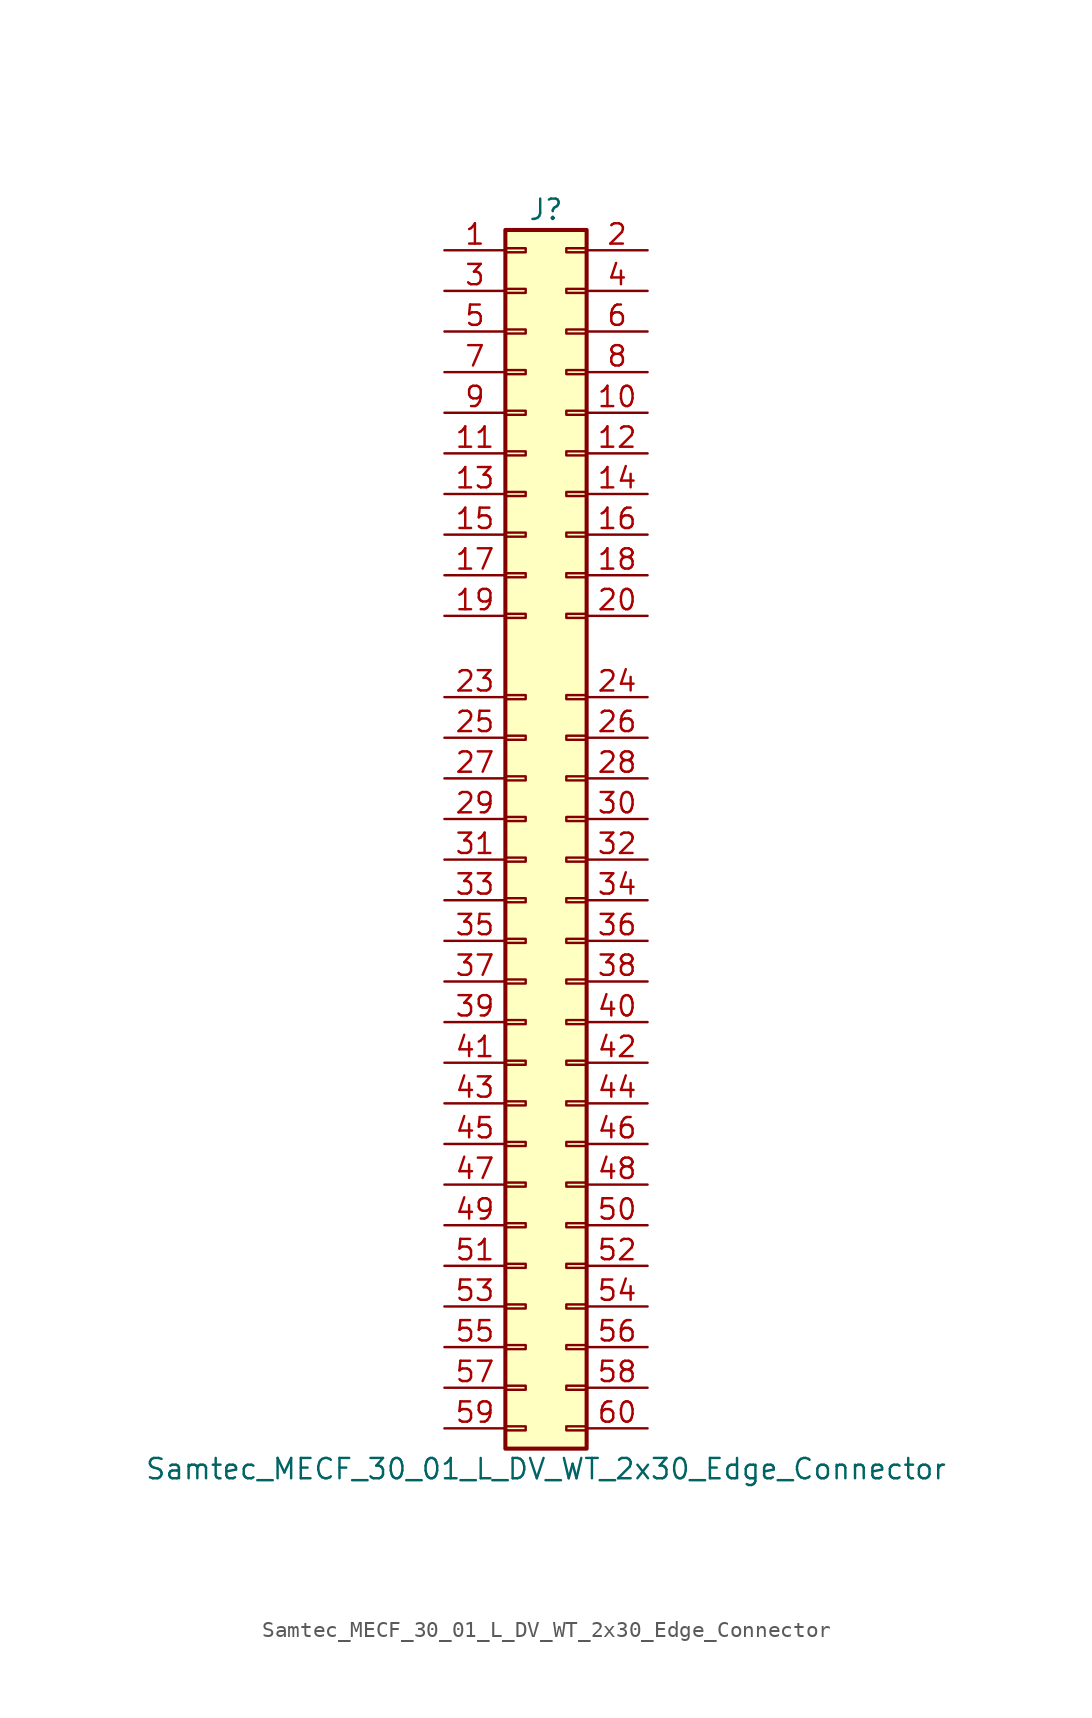
<source format=kicad_sym>
(kicad_symbol_lib
  (version 20211014)
  (generator kicad_symbol_editor)
  (symbol "Samtec_MECF_30_01_L_DV_WT_2x30_Edge_Connector"
    (pin_names
      (offset 1.016) hide)
    (property "Reference" "J"
      (at 1.27 38.1 0)
      (effects (font (size 1.27 1.27))))
    (property "Value" "Samtec_MECF_30_01_L_DV_WT_2x30_Edge_Connector"
      (at 1.27 -40.64 0)
      (effects (font (size 1.27 1.27))))
    (symbol "Samtec_MECF_30_01_L_DV_WT_2x30_Edge_Connector_1_1"
      (rectangle (start -1.27 -37.973) (end 0 -38.227) (stroke (width 0.152) (type default) (color 0 0 0 0)) (fill (type none)))
      (rectangle (start -1.27 -35.433) (end 0 -35.687) (stroke (width 0.152) (type default) (color 0 0 0 0)) (fill (type none)))
      (rectangle (start -1.27 -32.893) (end 0 -33.147) (stroke (width 0.152) (type default) (color 0 0 0 0)) (fill (type none)))
      (rectangle (start -1.27 -30.353) (end 0 -30.607) (stroke (width 0.152) (type default) (color 0 0 0 0)) (fill (type none)))
      (rectangle (start -1.27 -27.813) (end 0 -28.067) (stroke (width 0.152) (type default) (color 0 0 0 0)) (fill (type none)))
      (rectangle (start -1.27 -25.273) (end 0 -25.527) (stroke (width 0.152) (type default) (color 0 0 0 0)) (fill (type none)))
      (rectangle (start -1.27 -22.733) (end 0 -22.987) (stroke (width 0.152) (type default) (color 0 0 0 0)) (fill (type none)))
      (rectangle (start -1.27 -20.193) (end 0 -20.447) (stroke (width 0.152) (type default) (color 0 0 0 0)) (fill (type none)))
      (rectangle (start -1.27 -17.653) (end 0 -17.907) (stroke (width 0.152) (type default) (color 0 0 0 0)) (fill (type none)))
      (rectangle (start -1.27 -15.113) (end 0 -15.367) (stroke (width 0.152) (type default) (color 0 0 0 0)) (fill (type none)))
      (rectangle (start -1.27 -12.573) (end 0 -12.827) (stroke (width 0.152) (type default) (color 0 0 0 0)) (fill (type none)))
      (rectangle (start -1.27 -10.033) (end 0 -10.287) (stroke (width 0.152) (type default) (color 0 0 0 0)) (fill (type none)))
      (rectangle (start -1.27 -7.493) (end 0 -7.747) (stroke (width 0.152) (type default) (color 0 0 0 0)) (fill (type none)))
      (rectangle (start -1.27 -4.953) (end 0 -5.207) (stroke (width 0.152) (type default) (color 0 0 0 0)) (fill (type none)))
      (rectangle (start -1.27 -2.413) (end 0 -2.667) (stroke (width 0.152) (type default) (color 0 0 0 0)) (fill (type none)))
      (rectangle (start -1.27 0.127) (end 0 -0.127) (stroke (width 0.152) (type default) (color 0 0 0 0)) (fill (type none)))
      (rectangle (start -1.27 2.667) (end 0 2.413) (stroke (width 0.152) (type default) (color 0 0 0 0)) (fill (type none)))
      (rectangle (start -1.27 5.207) (end 0 4.953) (stroke (width 0.152) (type default) (color 0 0 0 0)) (fill (type none)))
      (rectangle (start -1.27 7.747) (end 0 7.493) (stroke (width 0.152) (type default) (color 0 0 0 0)) (fill (type none)))
      (rectangle (start -1.27 12.827) (end 0 12.573) (stroke (width 0.152) (type default) (color 0 0 0 0)) (fill (type none)))
      (rectangle (start -1.27 15.367) (end 0 15.113) (stroke (width 0.152) (type default) (color 0 0 0 0)) (fill (type none)))
      (rectangle (start -1.27 17.907) (end 0 17.653) (stroke (width 0.152) (type default) (color 0 0 0 0)) (fill (type none)))
      (rectangle (start -1.27 20.447) (end 0 20.193) (stroke (width 0.152) (type default) (color 0 0 0 0)) (fill (type none)))
      (rectangle (start -1.27 22.987) (end 0 22.733) (stroke (width 0.152) (type default) (color 0 0 0 0)) (fill (type none)))
      (rectangle (start -1.27 25.527) (end 0 25.273) (stroke (width 0.152) (type default) (color 0 0 0 0)) (fill (type none)))
      (rectangle (start -1.27 28.067) (end 0 27.813) (stroke (width 0.152) (type default) (color 0 0 0 0)) (fill (type none)))
      (rectangle (start -1.27 30.607) (end 0 30.353) (stroke (width 0.152) (type default) (color 0 0 0 0)) (fill (type none)))
      (rectangle (start -1.27 33.147) (end 0 32.893) (stroke (width 0.152) (type default) (color 0 0 0 0)) (fill (type none)))
      (rectangle (start -1.27 35.687) (end 0 35.433) (stroke (width 0.152) (type default) (color 0 0 0 0)) (fill (type none)))
      (rectangle (start -1.27 36.83) (end 3.81 -39.37) (stroke (width 0.254) (type default) (color 0 0 0 0)) (fill (type background)))
      (rectangle (start 3.81 -37.973) (end 2.54 -38.227) (stroke (width 0.152) (type default) (color 0 0 0 0)) (fill (type none)))
      (rectangle (start 3.81 -35.433) (end 2.54 -35.687) (stroke (width 0.152) (type default) (color 0 0 0 0)) (fill (type none)))
      (rectangle (start 3.81 -32.893) (end 2.54 -33.147) (stroke (width 0.152) (type default) (color 0 0 0 0)) (fill (type none)))
      (rectangle (start 3.81 -30.353) (end 2.54 -30.607) (stroke (width 0.152) (type default) (color 0 0 0 0)) (fill (type none)))
      (rectangle (start 3.81 -27.813) (end 2.54 -28.067) (stroke (width 0.152) (type default) (color 0 0 0 0)) (fill (type none)))
      (rectangle (start 3.81 -25.273) (end 2.54 -25.527) (stroke (width 0.152) (type default) (color 0 0 0 0)) (fill (type none)))
      (rectangle (start 3.81 -22.733) (end 2.54 -22.987) (stroke (width 0.152) (type default) (color 0 0 0 0)) (fill (type none)))
      (rectangle (start 3.81 -20.193) (end 2.54 -20.447) (stroke (width 0.152) (type default) (color 0 0 0 0)) (fill (type none)))
      (rectangle (start 3.81 -17.653) (end 2.54 -17.907) (stroke (width 0.152) (type default) (color 0 0 0 0)) (fill (type none)))
      (rectangle (start 3.81 -15.113) (end 2.54 -15.367) (stroke (width 0.152) (type default) (color 0 0 0 0)) (fill (type none)))
      (rectangle (start 3.81 -12.573) (end 2.54 -12.827) (stroke (width 0.152) (type default) (color 0 0 0 0)) (fill (type none)))
      (rectangle (start 3.81 -10.033) (end 2.54 -10.287) (stroke (width 0.152) (type default) (color 0 0 0 0)) (fill (type none)))
      (rectangle (start 3.81 -7.493) (end 2.54 -7.747) (stroke (width 0.152) (type default) (color 0 0 0 0)) (fill (type none)))
      (rectangle (start 3.81 -4.953) (end 2.54 -5.207) (stroke (width 0.152) (type default) (color 0 0 0 0)) (fill (type none)))
      (rectangle (start 3.81 -2.413) (end 2.54 -2.667) (stroke (width 0.152) (type default) (color 0 0 0 0)) (fill (type none)))
      (rectangle (start 3.81 0.127) (end 2.54 -0.127) (stroke (width 0.152) (type default) (color 0 0 0 0)) (fill (type none)))
      (rectangle (start 3.81 2.667) (end 2.54 2.413) (stroke (width 0.152) (type default) (color 0 0 0 0)) (fill (type none)))
      (rectangle (start 3.81 5.207) (end 2.54 4.953) (stroke (width 0.152) (type default) (color 0 0 0 0)) (fill (type none)))
      (rectangle (start 3.81 7.747) (end 2.54 7.493) (stroke (width 0.152) (type default) (color 0 0 0 0)) (fill (type none)))
      (rectangle (start 3.81 12.827) (end 2.54 12.573) (stroke (width 0.152) (type default) (color 0 0 0 0)) (fill (type none)))
      (rectangle (start 3.81 15.367) (end 2.54 15.113) (stroke (width 0.152) (type default) (color 0 0 0 0)) (fill (type none)))
      (rectangle (start 3.81 17.907) (end 2.54 17.653) (stroke (width 0.152) (type default) (color 0 0 0 0)) (fill (type none)))
      (rectangle (start 3.81 20.447) (end 2.54 20.193) (stroke (width 0.152) (type default) (color 0 0 0 0)) (fill (type none)))
      (rectangle (start 3.81 22.987) (end 2.54 22.733) (stroke (width 0.152) (type default) (color 0 0 0 0)) (fill (type none)))
      (rectangle (start 3.81 25.527) (end 2.54 25.273) (stroke (width 0.152) (type default) (color 0 0 0 0)) (fill (type none)))
      (rectangle (start 3.81 28.067) (end 2.54 27.813) (stroke (width 0.152) (type default) (color 0 0 0 0)) (fill (type none)))
      (rectangle (start 3.81 30.607) (end 2.54 30.353) (stroke (width 0.152) (type default) (color 0 0 0 0)) (fill (type none)))
      (rectangle (start 3.81 33.147) (end 2.54 32.893) (stroke (width 0.152) (type default) (color 0 0 0 0)) (fill (type none)))
      (rectangle (start 3.81 35.687) (end 2.54 35.433) (stroke (width 0.152) (type default) (color 0 0 0 0)) (fill (type none)))
      (pin passive line (at -5.08 35.56 0) (length 3.81) (name "Pin_1" (effects (font (size 1.27 1.27)))) (number "1" (effects (font (size 1.27 1.27)))))
      (pin passive line (at 7.62 25.4 180) (length 3.81) (name "Pin_10" (effects (font (size 1.27 1.27)))) (number "10" (effects (font (size 1.27 1.27)))))
      (pin passive line (at -5.08 22.86 0) (length 3.81) (name "Pin_11" (effects (font (size 1.27 1.27)))) (number "11" (effects (font (size 1.27 1.27)))))
      (pin passive line (at 7.62 22.86 180) (length 3.81) (name "Pin_12" (effects (font (size 1.27 1.27)))) (number "12" (effects (font (size 1.27 1.27)))))
      (pin passive line (at -5.08 20.32 0) (length 3.81) (name "Pin_13" (effects (font (size 1.27 1.27)))) (number "13" (effects (font (size 1.27 1.27)))))
      (pin passive line (at 7.62 20.32 180) (length 3.81) (name "Pin_14" (effects (font (size 1.27 1.27)))) (number "14" (effects (font (size 1.27 1.27)))))
      (pin passive line (at -5.08 17.78 0) (length 3.81) (name "Pin_15" (effects (font (size 1.27 1.27)))) (number "15" (effects (font (size 1.27 1.27)))))
      (pin passive line (at 7.62 17.78 180) (length 3.81) (name "Pin_16" (effects (font (size 1.27 1.27)))) (number "16" (effects (font (size 1.27 1.27)))))
      (pin passive line (at -5.08 15.24 0) (length 3.81) (name "Pin_17" (effects (font (size 1.27 1.27)))) (number "17" (effects (font (size 1.27 1.27)))))
      (pin passive line (at 7.62 15.24 180) (length 3.81) (name "Pin_18" (effects (font (size 1.27 1.27)))) (number "18" (effects (font (size 1.27 1.27)))))
      (pin passive line (at -5.08 12.7 0) (length 3.81) (name "Pin_19" (effects (font (size 1.27 1.27)))) (number "19" (effects (font (size 1.27 1.27)))))
      (pin passive line (at 7.62 35.56 180) (length 3.81) (name "Pin_2" (effects (font (size 1.27 1.27)))) (number "2" (effects (font (size 1.27 1.27)))))
      (pin passive line (at 7.62 12.7 180) (length 3.81) (name "Pin_20" (effects (font (size 1.27 1.27)))) (number "20" (effects (font (size 1.27 1.27)))))
      (pin passive line (at -5.08 7.62 0) (length 3.81) (name "Pin_23" (effects (font (size 1.27 1.27)))) (number "23" (effects (font (size 1.27 1.27)))))
      (pin passive line (at 7.62 7.62 180) (length 3.81) (name "Pin_24" (effects (font (size 1.27 1.27)))) (number "24" (effects (font (size 1.27 1.27)))))
      (pin passive line (at -5.08 5.08 0) (length 3.81) (name "Pin_25" (effects (font (size 1.27 1.27)))) (number "25" (effects (font (size 1.27 1.27)))))
      (pin passive line (at 7.62 5.08 180) (length 3.81) (name "Pin_26" (effects (font (size 1.27 1.27)))) (number "26" (effects (font (size 1.27 1.27)))))
      (pin passive line (at -5.08 2.54 0) (length 3.81) (name "Pin_27" (effects (font (size 1.27 1.27)))) (number "27" (effects (font (size 1.27 1.27)))))
      (pin passive line (at 7.62 2.54 180) (length 3.81) (name "Pin_28" (effects (font (size 1.27 1.27)))) (number "28" (effects (font (size 1.27 1.27)))))
      (pin passive line (at -5.08 0 0) (length 3.81) (name "Pin_29" (effects (font (size 1.27 1.27)))) (number "29" (effects (font (size 1.27 1.27)))))
      (pin passive line (at -5.08 33.02 0) (length 3.81) (name "Pin_3" (effects (font (size 1.27 1.27)))) (number "3" (effects (font (size 1.27 1.27)))))
      (pin passive line (at 7.62 0 180) (length 3.81) (name "Pin_30" (effects (font (size 1.27 1.27)))) (number "30" (effects (font (size 1.27 1.27)))))
      (pin passive line (at -5.08 -2.54 0) (length 3.81) (name "Pin_31" (effects (font (size 1.27 1.27)))) (number "31" (effects (font (size 1.27 1.27)))))
      (pin passive line (at 7.62 -2.54 180) (length 3.81) (name "Pin_32" (effects (font (size 1.27 1.27)))) (number "32" (effects (font (size 1.27 1.27)))))
      (pin passive line (at -5.08 -5.08 0) (length 3.81) (name "Pin_33" (effects (font (size 1.27 1.27)))) (number "33" (effects (font (size 1.27 1.27)))))
      (pin passive line (at 7.62 -5.08 180) (length 3.81) (name "Pin_34" (effects (font (size 1.27 1.27)))) (number "34" (effects (font (size 1.27 1.27)))))
      (pin passive line (at -5.08 -7.62 0) (length 3.81) (name "Pin_35" (effects (font (size 1.27 1.27)))) (number "35" (effects (font (size 1.27 1.27)))))
      (pin passive line (at 7.62 -7.62 180) (length 3.81) (name "Pin_36" (effects (font (size 1.27 1.27)))) (number "36" (effects (font (size 1.27 1.27)))))
      (pin passive line (at -5.08 -10.16 0) (length 3.81) (name "Pin_37" (effects (font (size 1.27 1.27)))) (number "37" (effects (font (size 1.27 1.27)))))
      (pin passive line (at 7.62 -10.16 180) (length 3.81) (name "Pin_38" (effects (font (size 1.27 1.27)))) (number "38" (effects (font (size 1.27 1.27)))))
      (pin passive line (at -5.08 -12.7 0) (length 3.81) (name "Pin_39" (effects (font (size 1.27 1.27)))) (number "39" (effects (font (size 1.27 1.27)))))
      (pin passive line (at 7.62 33.02 180) (length 3.81) (name "Pin_4" (effects (font (size 1.27 1.27)))) (number "4" (effects (font (size 1.27 1.27)))))
      (pin passive line (at 7.62 -12.7 180) (length 3.81) (name "Pin_40" (effects (font (size 1.27 1.27)))) (number "40" (effects (font (size 1.27 1.27)))))
      (pin passive line (at -5.08 -15.24 0) (length 3.81) (name "Pin_41" (effects (font (size 1.27 1.27)))) (number "41" (effects (font (size 1.27 1.27)))))
      (pin passive line (at 7.62 -15.24 180) (length 3.81) (name "Pin_42" (effects (font (size 1.27 1.27)))) (number "42" (effects (font (size 1.27 1.27)))))
      (pin passive line (at -5.08 -17.78 0) (length 3.81) (name "Pin_43" (effects (font (size 1.27 1.27)))) (number "43" (effects (font (size 1.27 1.27)))))
      (pin passive line (at 7.62 -17.78 180) (length 3.81) (name "Pin_44" (effects (font (size 1.27 1.27)))) (number "44" (effects (font (size 1.27 1.27)))))
      (pin passive line (at -5.08 -20.32 0) (length 3.81) (name "Pin_45" (effects (font (size 1.27 1.27)))) (number "45" (effects (font (size 1.27 1.27)))))
      (pin passive line (at 7.62 -20.32 180) (length 3.81) (name "Pin_46" (effects (font (size 1.27 1.27)))) (number "46" (effects (font (size 1.27 1.27)))))
      (pin passive line (at -5.08 -22.86 0) (length 3.81) (name "Pin_47" (effects (font (size 1.27 1.27)))) (number "47" (effects (font (size 1.27 1.27)))))
      (pin passive line (at 7.62 -22.86 180) (length 3.81) (name "Pin_48" (effects (font (size 1.27 1.27)))) (number "48" (effects (font (size 1.27 1.27)))))
      (pin passive line (at -5.08 -25.4 0) (length 3.81) (name "Pin_49" (effects (font (size 1.27 1.27)))) (number "49" (effects (font (size 1.27 1.27)))))
      (pin passive line (at -5.08 30.48 0) (length 3.81) (name "Pin_5" (effects (font (size 1.27 1.27)))) (number "5" (effects (font (size 1.27 1.27)))))
      (pin passive line (at 7.62 -25.4 180) (length 3.81) (name "Pin_50" (effects (font (size 1.27 1.27)))) (number "50" (effects (font (size 1.27 1.27)))))
      (pin passive line (at -5.08 -27.94 0) (length 3.81) (name "Pin_51" (effects (font (size 1.27 1.27)))) (number "51" (effects (font (size 1.27 1.27)))))
      (pin passive line (at 7.62 -27.94 180) (length 3.81) (name "Pin_52" (effects (font (size 1.27 1.27)))) (number "52" (effects (font (size 1.27 1.27)))))
      (pin passive line (at -5.08 -30.48 0) (length 3.81) (name "Pin_53" (effects (font (size 1.27 1.27)))) (number "53" (effects (font (size 1.27 1.27)))))
      (pin passive line (at 7.62 -30.48 180) (length 3.81) (name "Pin_54" (effects (font (size 1.27 1.27)))) (number "54" (effects (font (size 1.27 1.27)))))
      (pin passive line (at -5.08 -33.02 0) (length 3.81) (name "Pin_55" (effects (font (size 1.27 1.27)))) (number "55" (effects (font (size 1.27 1.27)))))
      (pin passive line (at 7.62 -33.02 180) (length 3.81) (name "Pin_56" (effects (font (size 1.27 1.27)))) (number "56" (effects (font (size 1.27 1.27)))))
      (pin passive line (at -5.08 -35.56 0) (length 3.81) (name "Pin_57" (effects (font (size 1.27 1.27)))) (number "57" (effects (font (size 1.27 1.27)))))
      (pin passive line (at 7.62 -35.56 180) (length 3.81) (name "Pin_58" (effects (font (size 1.27 1.27)))) (number "58" (effects (font (size 1.27 1.27)))))
      (pin passive line (at -5.08 -38.1 0) (length 3.81) (name "Pin_59" (effects (font (size 1.27 1.27)))) (number "59" (effects (font (size 1.27 1.27)))))
      (pin passive line (at 7.62 30.48 180) (length 3.81) (name "Pin_6" (effects (font (size 1.27 1.27)))) (number "6" (effects (font (size 1.27 1.27)))))
      (pin passive line (at 7.62 -38.1 180) (length 3.81) (name "Pin_60" (effects (font (size 1.27 1.27)))) (number "60" (effects (font (size 1.27 1.27)))))
      (pin passive line (at -5.08 27.94 0) (length 3.81) (name "Pin_7" (effects (font (size 1.27 1.27)))) (number "7" (effects (font (size 1.27 1.27)))))
      (pin passive line (at 7.62 27.94 180) (length 3.81) (name "Pin_8" (effects (font (size 1.27 1.27)))) (number "8" (effects (font (size 1.27 1.27)))))
      (pin passive line (at -5.08 25.4 0) (length 3.81) (name "Pin_9" (effects (font (size 1.27 1.27)))) (number "9" (effects (font (size 1.27 1.27))))))))
</source>
